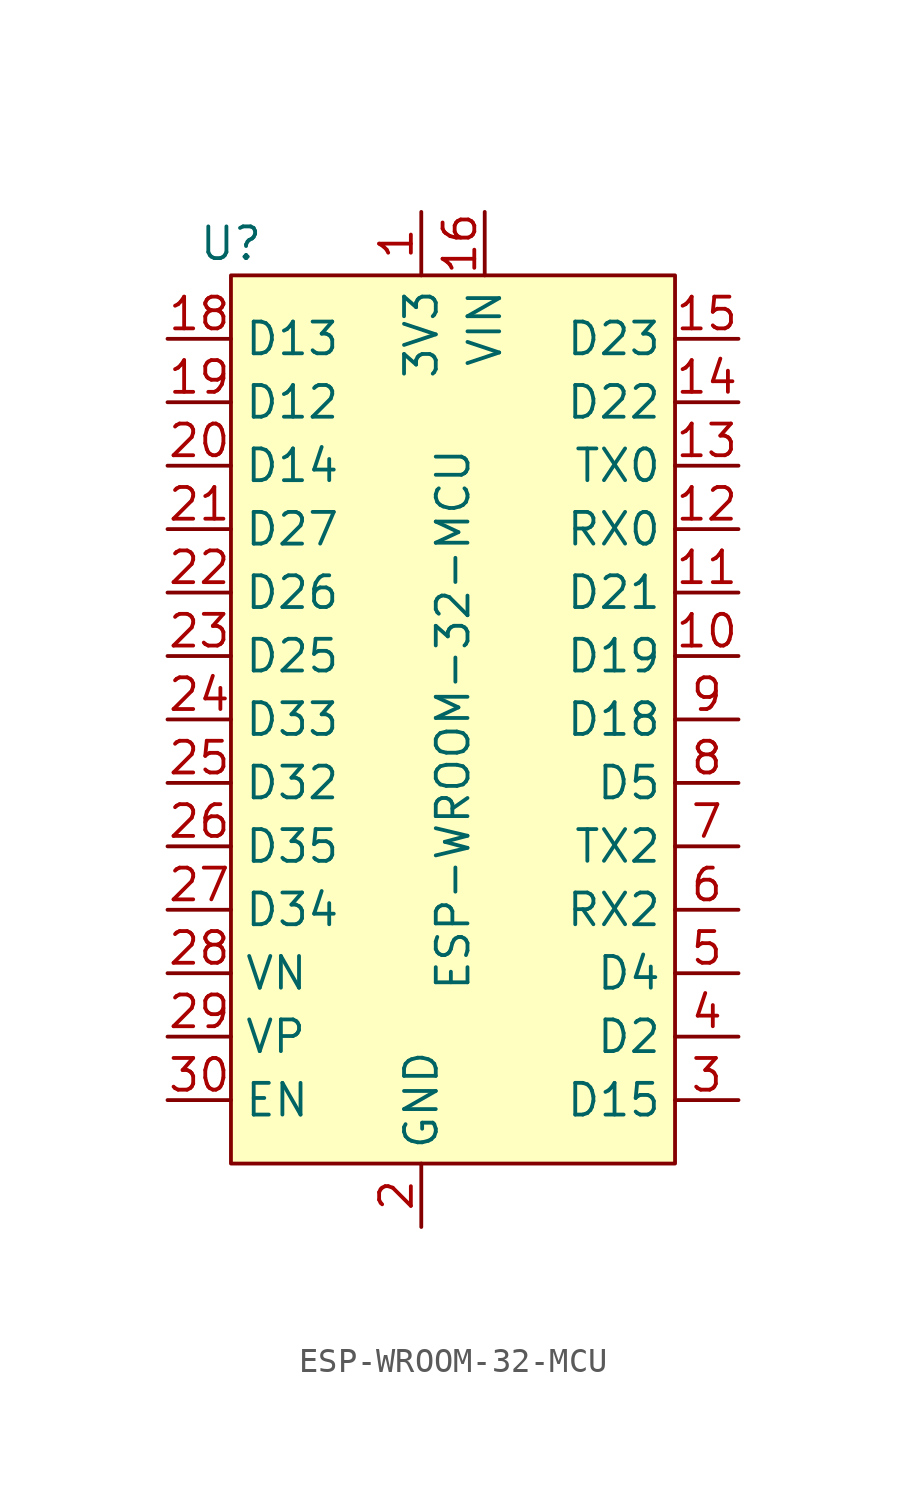
<source format=kicad_sym>
(kicad_symbol_lib
  (version 20211014)
  (generator kicad_symbol_editor)
  (symbol "ESP-WROOM-32-MCU"
    (property "Reference" "U"
      (at -7.62 16.51 0)
      (effects (font (size 1.27 1.27))))
    (property "Value" "ESP-WROOM-32-MCU"
      (at 1.27 -2.54 90)
      (effects (font (size 1.27 1.27))))
    (symbol "ESP-WROOM-32-MCU_0_1"
      (rectangle (start -7.62 15.24) (end 10.16 -20.32) (stroke (width 0) (type default) (color 0 0 0 0)) (fill (type background))))
    (symbol "ESP-WROOM-32-MCU_1_1"
      (pin power_out line (at 0 17.78 270) (length 2.54) (name "3V3" (effects (font (size 1.27 1.27)))) (number "1" (effects (font (size 1.27 1.27)))))
      (pin bidirectional line (at 12.7 0 180) (length 2.54) (name "D19" (effects (font (size 1.27 1.27)))) (number "10" (effects (font (size 1.27 1.27)))))
      (pin bidirectional line (at 12.7 2.54 180) (length 2.54) (name "D21" (effects (font (size 1.27 1.27)))) (number "11" (effects (font (size 1.27 1.27)))))
      (pin bidirectional line (at 12.7 5.08 180) (length 2.54) (name "RX0" (effects (font (size 1.27 1.27)))) (number "12" (effects (font (size 1.27 1.27)))))
      (pin bidirectional line (at 12.7 7.62 180) (length 2.54) (name "TX0" (effects (font (size 1.27 1.27)))) (number "13" (effects (font (size 1.27 1.27)))))
      (pin bidirectional line (at 12.7 10.16 180) (length 2.54) (name "D22" (effects (font (size 1.27 1.27)))) (number "14" (effects (font (size 1.27 1.27)))))
      (pin bidirectional line (at 12.7 12.7 180) (length 2.54) (name "D23" (effects (font (size 1.27 1.27)))) (number "15" (effects (font (size 1.27 1.27)))))
      (pin power_out line (at 2.54 17.78 270) (length 2.54) (name "VIN" (effects (font (size 1.27 1.27)))) (number "16" (effects (font (size 1.27 1.27)))))
      (pin passive line (at 0 -22.86 90) (length 2.54) hide (name "GND" (effects (font (size 1.27 1.27)))) (number "17" (effects (font (size 1.27 1.27)))))
      (pin bidirectional line (at -10.16 12.7 0) (length 2.54) (name "D13" (effects (font (size 1.27 1.27)))) (number "18" (effects (font (size 1.27 1.27)))))
      (pin bidirectional line (at -10.16 10.16 0) (length 2.54) (name "D12" (effects (font (size 1.27 1.27)))) (number "19" (effects (font (size 1.27 1.27)))))
      (pin power_out line (at 0 -22.86 90) (length 2.54) (name "GND" (effects (font (size 1.27 1.27)))) (number "2" (effects (font (size 1.27 1.27)))))
      (pin bidirectional line (at -10.16 7.62 0) (length 2.54) (name "D14" (effects (font (size 1.27 1.27)))) (number "20" (effects (font (size 1.27 1.27)))))
      (pin bidirectional line (at -10.16 5.08 0) (length 2.54) (name "D27" (effects (font (size 1.27 1.27)))) (number "21" (effects (font (size 1.27 1.27)))))
      (pin bidirectional line (at -10.16 2.54 0) (length 2.54) (name "D26" (effects (font (size 1.27 1.27)))) (number "22" (effects (font (size 1.27 1.27)))))
      (pin bidirectional line (at -10.16 0 0) (length 2.54) (name "D25" (effects (font (size 1.27 1.27)))) (number "23" (effects (font (size 1.27 1.27)))))
      (pin bidirectional line (at -10.16 -2.54 0) (length 2.54) (name "D33" (effects (font (size 1.27 1.27)))) (number "24" (effects (font (size 1.27 1.27)))))
      (pin bidirectional line (at -10.16 -5.08 0) (length 2.54) (name "D32" (effects (font (size 1.27 1.27)))) (number "25" (effects (font (size 1.27 1.27)))))
      (pin bidirectional line (at -10.16 -7.62 0) (length 2.54) (name "D35" (effects (font (size 1.27 1.27)))) (number "26" (effects (font (size 1.27 1.27)))))
      (pin bidirectional line (at -10.16 -10.16 0) (length 2.54) (name "D34" (effects (font (size 1.27 1.27)))) (number "27" (effects (font (size 1.27 1.27)))))
      (pin bidirectional line (at -10.16 -12.7 0) (length 2.54) (name "VN" (effects (font (size 1.27 1.27)))) (number "28" (effects (font (size 1.27 1.27)))))
      (pin bidirectional line (at -10.16 -15.24 0) (length 2.54) (name "VP" (effects (font (size 1.27 1.27)))) (number "29" (effects (font (size 1.27 1.27)))))
      (pin bidirectional line (at 12.7 -17.78 180) (length 2.54) (name "D15" (effects (font (size 1.27 1.27)))) (number "3" (effects (font (size 1.27 1.27)))))
      (pin input line (at -10.16 -17.78 0) (length 2.54) (name "EN" (effects (font (size 1.27 1.27)))) (number "30" (effects (font (size 1.27 1.27)))))
      (pin bidirectional line (at 12.7 -15.24 180) (length 2.54) (name "D2" (effects (font (size 1.27 1.27)))) (number "4" (effects (font (size 1.27 1.27)))))
      (pin bidirectional line (at 12.7 -12.7 180) (length 2.54) (name "D4" (effects (font (size 1.27 1.27)))) (number "5" (effects (font (size 1.27 1.27)))))
      (pin bidirectional line (at 12.7 -10.16 180) (length 2.54) (name "RX2" (effects (font (size 1.27 1.27)))) (number "6" (effects (font (size 1.27 1.27)))))
      (pin bidirectional line (at 12.7 -7.62 180) (length 2.54) (name "TX2" (effects (font (size 1.27 1.27)))) (number "7" (effects (font (size 1.27 1.27)))))
      (pin bidirectional line (at 12.7 -5.08 180) (length 2.54) (name "D5" (effects (font (size 1.27 1.27)))) (number "8" (effects (font (size 1.27 1.27)))))
      (pin bidirectional line (at 12.7 -2.54 180) (length 2.54) (name "D18" (effects (font (size 1.27 1.27)))) (number "9" (effects (font (size 1.27 1.27))))))))
</source>
